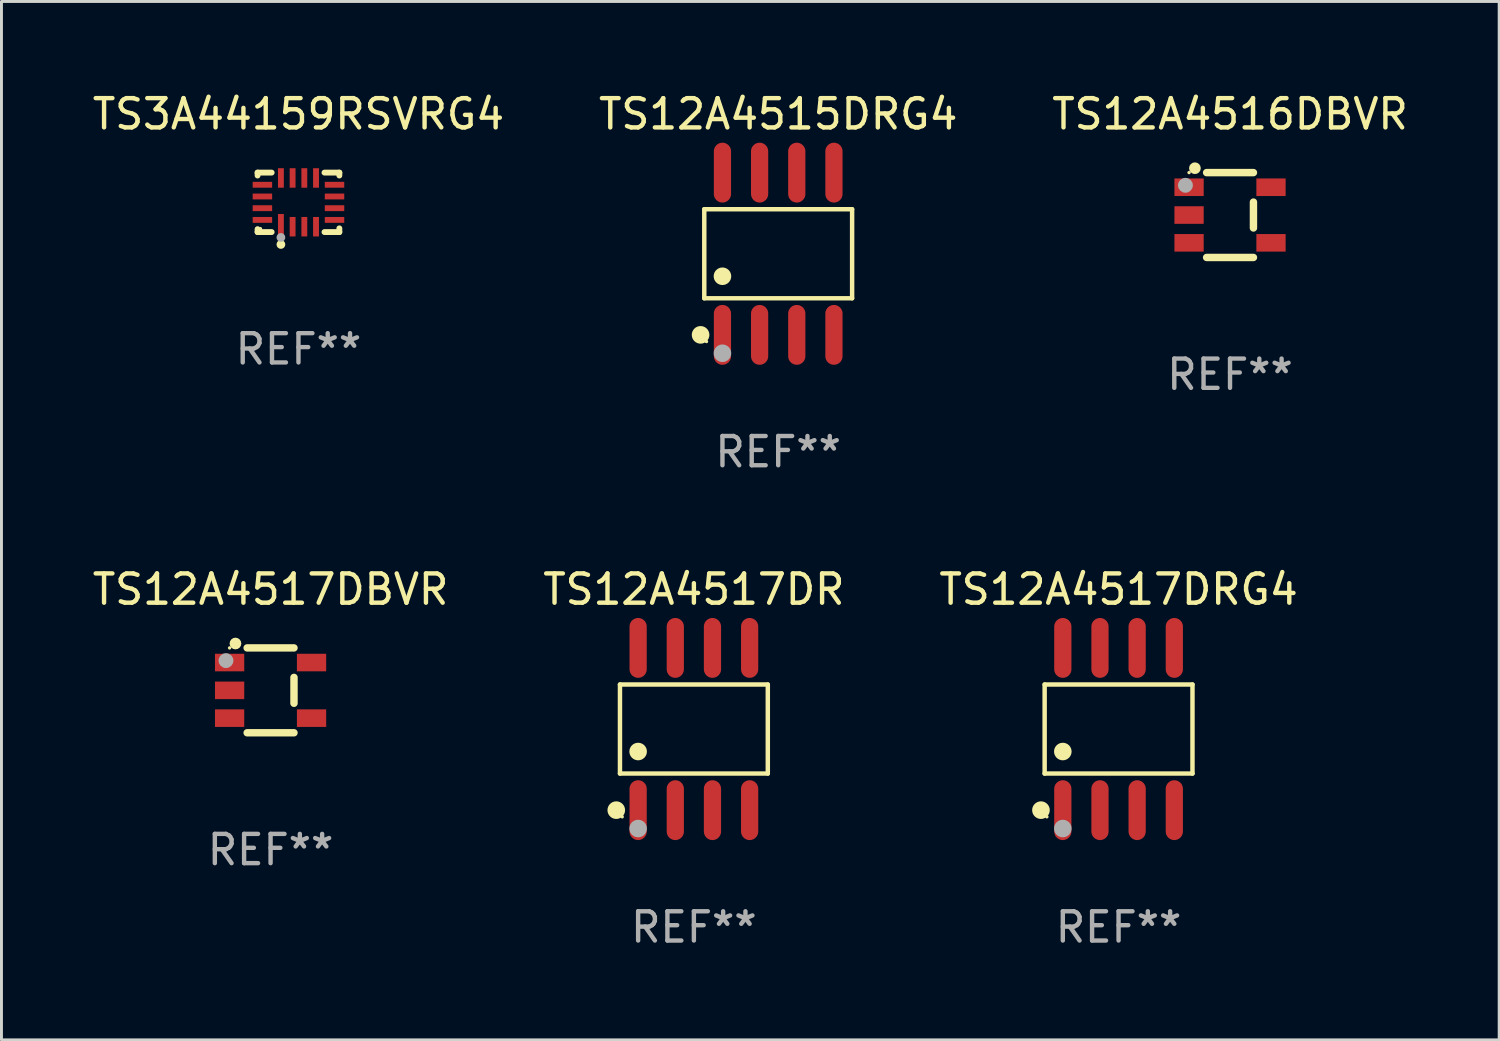
<source format=kicad_pcb>
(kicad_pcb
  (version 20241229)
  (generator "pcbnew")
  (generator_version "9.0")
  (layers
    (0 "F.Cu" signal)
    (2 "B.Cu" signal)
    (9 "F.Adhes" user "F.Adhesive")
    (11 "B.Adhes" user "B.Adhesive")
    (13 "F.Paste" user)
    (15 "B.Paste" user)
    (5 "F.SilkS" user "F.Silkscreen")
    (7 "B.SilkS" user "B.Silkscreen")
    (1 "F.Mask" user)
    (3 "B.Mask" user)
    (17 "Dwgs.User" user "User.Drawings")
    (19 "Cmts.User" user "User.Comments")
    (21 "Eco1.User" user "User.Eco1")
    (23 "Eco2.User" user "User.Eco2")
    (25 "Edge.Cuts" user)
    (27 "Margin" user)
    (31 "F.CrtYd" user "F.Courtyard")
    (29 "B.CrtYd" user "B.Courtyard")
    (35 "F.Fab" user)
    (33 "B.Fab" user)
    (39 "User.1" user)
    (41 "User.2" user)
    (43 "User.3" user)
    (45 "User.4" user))
  (footprint "TS12A4517DR"
    (layer "F.Cu")
    (at 20.661 21.862)
    (property "Reference" "TS12A4517DR" (at 0 -4.772 0) (layer "F.SilkS") (effects (font (size 1 1) (thickness 0.15))))
    (attr through_hole)
    (fp_line (start -2.526 -1.521) (end 2.526 -1.521) (stroke (width 0.152) (type solid)) (layer "F.SilkS"))
    (fp_line (start -2.526 1.521) (end -2.526 -1.521) (stroke (width 0.152) (type solid)) (layer "F.SilkS"))
    (fp_line (start 2.526 -1.521) (end 2.526 1.521) (stroke (width 0.152) (type solid)) (layer "F.SilkS"))
    (fp_line (start 2.526 1.521) (end -2.526 1.521) (stroke (width 0.152) (type solid)) (layer "F.SilkS"))
    (fp_circle (center -2.652 2.772) (end -2.501 2.772) (stroke (width 0.3) (type solid)) (fill no) (layer "F.SilkS"))
    (fp_circle (center -2.45 3) (end -2.42 3) (stroke (width 0.06) (type solid)) (fill no) (layer "F.SilkS"))
    (fp_circle (center -1.905 0.769) (end -1.755 0.769) (stroke (width 0.3) (type solid)) (fill no) (layer "F.SilkS"))
    (fp_circle (center -1.905 3.4) (end -1.755 3.4) (stroke (width 0.3) (type solid)) (fill no) (layer "F.Fab"))
    (fp_text user "REF**" (at 0 6.772 0) (layer "F.Fab") (effects (font (size 1 1) (thickness 0.15))))
    (pad "1" smd oval (at -1.905 2.772) (size 0.588 2.045) (layers "F.Cu" "F.Mask" "F.Paste"))
    (pad "2" smd oval (at -0.635 2.772) (size 0.588 2.045) (layers "F.Cu" "F.Mask" "F.Paste"))
    (pad "3" smd oval (at 0.635 2.772) (size 0.588 2.045) (layers "F.Cu" "F.Mask" "F.Paste"))
    (pad "4" smd oval (at 1.905 2.772) (size 0.588 2.045) (layers "F.Cu" "F.Mask" "F.Paste"))
    (pad "5" smd oval (at 1.905 -2.772) (size 0.588 2.045) (layers "F.Cu" "F.Mask" "F.Paste"))
    (pad "6" smd oval (at 0.635 -2.772) (size 0.588 2.045) (layers "F.Cu" "F.Mask" "F.Paste"))
    (pad "7" smd oval (at -0.635 -2.772) (size 0.588 2.045) (layers "F.Cu" "F.Mask" "F.Paste"))
    (pad "8" smd oval (at -1.905 -2.772) (size 0.588 2.045) (layers "F.Cu" "F.Mask" "F.Paste")))
  (footprint "TS12A4517DRG4"
    (layer "F.Cu")
    (at 35.173 21.862)
    (property "Reference" "TS12A4517DRG4" (at 0 -4.772 0) (layer "F.SilkS") (effects (font (size 1 1) (thickness 0.15))))
    (attr through_hole)
    (fp_line (start -2.526 -1.521) (end 2.526 -1.521) (stroke (width 0.152) (type solid)) (layer "F.SilkS"))
    (fp_line (start -2.526 1.521) (end -2.526 -1.521) (stroke (width 0.152) (type solid)) (layer "F.SilkS"))
    (fp_line (start 2.526 -1.521) (end 2.526 1.521) (stroke (width 0.152) (type solid)) (layer "F.SilkS"))
    (fp_line (start 2.526 1.521) (end -2.526 1.521) (stroke (width 0.152) (type solid)) (layer "F.SilkS"))
    (fp_circle (center -2.652 2.772) (end -2.501 2.772) (stroke (width 0.3) (type solid)) (fill no) (layer "F.SilkS"))
    (fp_circle (center -2.45 3) (end -2.42 3) (stroke (width 0.06) (type solid)) (fill no) (layer "F.SilkS"))
    (fp_circle (center -1.905 0.769) (end -1.755 0.769) (stroke (width 0.3) (type solid)) (fill no) (layer "F.SilkS"))
    (fp_circle (center -1.905 3.4) (end -1.755 3.4) (stroke (width 0.3) (type solid)) (fill no) (layer "F.Fab"))
    (fp_text user "REF**" (at 0 6.772 0) (layer "F.Fab") (effects (font (size 1 1) (thickness 0.15))))
    (pad "1" smd oval (at -1.905 2.772) (size 0.588 2.045) (layers "F.Cu" "F.Mask" "F.Paste"))
    (pad "2" smd oval (at -0.635 2.772) (size 0.588 2.045) (layers "F.Cu" "F.Mask" "F.Paste"))
    (pad "3" smd oval (at 0.635 2.772) (size 0.588 2.045) (layers "F.Cu" "F.Mask" "F.Paste"))
    (pad "4" smd oval (at 1.905 2.772) (size 0.588 2.045) (layers "F.Cu" "F.Mask" "F.Paste"))
    (pad "5" smd oval (at 1.905 -2.772) (size 0.588 2.045) (layers "F.Cu" "F.Mask" "F.Paste"))
    (pad "6" smd oval (at 0.635 -2.772) (size 0.588 2.045) (layers "F.Cu" "F.Mask" "F.Paste"))
    (pad "7" smd oval (at -0.635 -2.772) (size 0.588 2.045) (layers "F.Cu" "F.Mask" "F.Paste"))
    (pad "8" smd oval (at -1.905 -2.772) (size 0.588 2.045) (layers "F.Cu" "F.Mask" "F.Paste")))
  (footprint "TS12A4515DRG4"
    (layer "F.Cu")
    (at 23.542 5.621)
    (property "Reference" "TS12A4515DRG4" (at 0 -4.772 0) (layer "F.SilkS") (effects (font (size 1 1) (thickness 0.15))))
    (attr through_hole)
    (fp_line (start -2.526 -1.521) (end 2.526 -1.521) (stroke (width 0.152) (type solid)) (layer "F.SilkS"))
    (fp_line (start -2.526 1.521) (end -2.526 -1.521) (stroke (width 0.152) (type solid)) (layer "F.SilkS"))
    (fp_line (start 2.526 -1.521) (end 2.526 1.521) (stroke (width 0.152) (type solid)) (layer "F.SilkS"))
    (fp_line (start 2.526 1.521) (end -2.526 1.521) (stroke (width 0.152) (type solid)) (layer "F.SilkS"))
    (fp_circle (center -2.652 2.772) (end -2.501 2.772) (stroke (width 0.3) (type solid)) (fill no) (layer "F.SilkS"))
    (fp_circle (center -2.45 3) (end -2.42 3) (stroke (width 0.06) (type solid)) (fill no) (layer "F.SilkS"))
    (fp_circle (center -1.905 0.769) (end -1.755 0.769) (stroke (width 0.3) (type solid)) (fill no) (layer "F.SilkS"))
    (fp_circle (center -1.905 3.4) (end -1.755 3.4) (stroke (width 0.3) (type solid)) (fill no) (layer "F.Fab"))
    (fp_text user "REF**" (at 0 6.772 0) (layer "F.Fab") (effects (font (size 1 1) (thickness 0.15))))
    (pad "1" smd oval (at -1.905 2.772) (size 0.588 2.045) (layers "F.Cu" "F.Mask" "F.Paste"))
    (pad "2" smd oval (at -0.635 2.772) (size 0.588 2.045) (layers "F.Cu" "F.Mask" "F.Paste"))
    (pad "3" smd oval (at 0.635 2.772) (size 0.588 2.045) (layers "F.Cu" "F.Mask" "F.Paste"))
    (pad "4" smd oval (at 1.905 2.772) (size 0.588 2.045) (layers "F.Cu" "F.Mask" "F.Paste"))
    (pad "5" smd oval (at 1.905 -2.772) (size 0.588 2.045) (layers "F.Cu" "F.Mask" "F.Paste"))
    (pad "6" smd oval (at 0.635 -2.772) (size 0.588 2.045) (layers "F.Cu" "F.Mask" "F.Paste"))
    (pad "7" smd oval (at -0.635 -2.772) (size 0.588 2.045) (layers "F.Cu" "F.Mask" "F.Paste"))
    (pad "8" smd oval (at -1.905 -2.772) (size 0.588 2.045) (layers "F.Cu" "F.Mask" "F.Paste")))
  (footprint "TS12A4516DBVR"
    (layer "F.Cu")
    (at 38.982 4.298)
    (property "Reference" "TS12A4516DBVR" (at 0 -3.45 0) (layer "F.SilkS") (effects (font (size 1 1) (thickness 0.15))))
    (attr through_hole)
    (fp_line (start 0.8 -1.45) (end -0.8 -1.45) (stroke (width 0.254) (type solid)) (layer "F.SilkS"))
    (fp_line (start 0.8 -0.442) (end 0.8 0.442) (stroke (width 0.254) (type solid)) (layer "F.SilkS"))
    (fp_line (start 0.8 1.45) (end -0.8 1.45) (stroke (width 0.254) (type solid)) (layer "F.SilkS"))
    (fp_circle (center -1.4 -1.45) (end -1.37 -1.45) (stroke (width 0.06) (type solid)) (fill no) (layer "F.SilkS"))
    (fp_circle (center -1.2 -1.6) (end -1.1 -1.6) (stroke (width 0.2) (type solid)) (fill no) (layer "F.SilkS"))
    (fp_circle (center -1.524 -1.016) (end -1.397 -1.016) (stroke (width 0.254) (type solid)) (fill no) (layer "F.Fab"))
    (fp_text user "REF**" (at 0 5.45 0) (layer "F.Fab") (effects (font (size 1 1) (thickness 0.15))))
    (pad "1" smd rect (at -1.4 -0.95 180) (size 1 0.6) (layers "F.Cu" "F.Mask" "F.Paste"))
    (pad "2" smd rect (at -1.4 0.000114 180) (size 1 0.6) (layers "F.Cu" "F.Mask" "F.Paste"))
    (pad "3" smd rect (at -1.4 0.95 180) (size 1 0.6) (layers "F.Cu" "F.Mask" "F.Paste"))
    (pad "4" smd rect (at 1.4 0.95) (size 1 0.6) (layers "F.Cu" "F.Mask" "F.Paste"))
    (pad "5" smd rect (at 1.4 -0.95) (size 1 0.6) (layers "F.Cu" "F.Mask" "F.Paste")))
  (footprint "TS3A44159RSVRG4"
    (layer "F.Cu")
    (at 7.149 3.864)
    (property "Reference" "TS3A44159RSVRG4" (at 0 -3.016 0) (layer "F.SilkS") (effects (font (size 1 1) (thickness 0.15))))
    (attr through_hole)
    (fp_line (start -1.397 -1.016) (end -1.397 -0.916) (stroke (width 0.2) (type solid)) (layer "F.SilkS"))
    (fp_line (start -1.397 0.916) (end -1.397 1.016) (stroke (width 0.2) (type solid)) (layer "F.SilkS"))
    (fp_line (start -1.397 1.016) (end -0.916 1.016) (stroke (width 0.2) (type solid)) (layer "F.SilkS"))
    (fp_line (start -0.916 -1.016) (end -1.397 -1.016) (stroke (width 0.2) (type solid)) (layer "F.SilkS"))
    (fp_line (start 0.889 -1.016) (end 1.397 -1.016) (stroke (width 0.2) (type solid)) (layer "F.SilkS"))
    (fp_line (start 1.397 -1.016) (end 1.397 -0.916) (stroke (width 0.2) (type solid)) (layer "F.SilkS"))
    (fp_line (start 1.397 0.889) (end 1.397 1.016) (stroke (width 0.2) (type solid)) (layer "F.SilkS"))
    (fp_line (start 1.397 1.016) (end 0.889 1.016) (stroke (width 0.2) (type solid)) (layer "F.SilkS"))
    (fp_circle (center -1.3 0.9) (end -1.27 0.9) (stroke (width 0.06) (type solid)) (fill no) (layer "F.SilkS"))
    (fp_circle (center -0.6 1.44) (end -0.525 1.44) (stroke (width 0.15) (type solid)) (fill no) (layer "F.SilkS"))
    (fp_circle (center -0.6 1.2) (end -0.525 1.2) (stroke (width 0.15) (type solid)) (fill no) (layer "F.Fab"))
    (fp_text user "REF**" (at 0 5.016 0) (layer "F.Fab") (effects (font (size 1 1) (thickness 0.15))))
    (pad "1" smd rect (at -0.6 0.782) (size 0.2 0.765) (layers "F.Cu" "F.Mask" "F.Paste"))
    (pad "2" smd rect (at -0.2 0.833) (size 0.2 0.665) (layers "F.Cu" "F.Mask" "F.Paste"))
    (pad "3" smd rect (at 0.2 0.833) (size 0.2 0.665) (layers "F.Cu" "F.Mask" "F.Paste"))
    (pad "4" smd rect (at 0.6 0.833) (size 0.2 0.665) (layers "F.Cu" "F.Mask" "F.Paste"))
    (pad "5" smd rect (at 1.232 0.6) (size 0.665 0.2) (layers "F.Cu" "F.Mask" "F.Paste"))
    (pad "6" smd rect (at 1.232 0.2) (size 0.665 0.2) (layers "F.Cu" "F.Mask" "F.Paste"))
    (pad "7" smd rect (at 1.232 -0.2) (size 0.665 0.2) (layers "F.Cu" "F.Mask" "F.Paste"))
    (pad "8" smd rect (at 1.232 -0.6) (size 0.665 0.2) (layers "F.Cu" "F.Mask" "F.Paste"))
    (pad "9" smd rect (at 0.6 -0.833) (size 0.2 0.665) (layers "F.Cu" "F.Mask" "F.Paste"))
    (pad "10" smd rect (at 0.2 -0.833) (size 0.2 0.665) (layers "F.Cu" "F.Mask" "F.Paste"))
    (pad "11" smd rect (at -0.2 -0.833) (size 0.2 0.665) (layers "F.Cu" "F.Mask" "F.Paste"))
    (pad "12" smd rect (at -0.6 -0.833) (size 0.2 0.665) (layers "F.Cu" "F.Mask" "F.Paste"))
    (pad "13" smd rect (at -1.232 -0.6) (size 0.665 0.2) (layers "F.Cu" "F.Mask" "F.Paste"))
    (pad "14" smd rect (at -1.232 -0.2) (size 0.665 0.2) (layers "F.Cu" "F.Mask" "F.Paste"))
    (pad "15" smd rect (at -1.232 0.2) (size 0.665 0.2) (layers "F.Cu" "F.Mask" "F.Paste"))
    (pad "16" smd rect (at -1.232 0.6) (size 0.665 0.2) (layers "F.Cu" "F.Mask" "F.Paste")))
  (footprint "TS12A4517DBVR"
    (layer "F.Cu")
    (at 6.196 20.54)
    (property "Reference" "TS12A4517DBVR" (at 0 -3.45 0) (layer "F.SilkS") (effects (font (size 1 1) (thickness 0.15))))
    (attr through_hole)
    (fp_line (start 0.8 -1.45) (end -0.8 -1.45) (stroke (width 0.254) (type solid)) (layer "F.SilkS"))
    (fp_line (start 0.8 -0.442) (end 0.8 0.442) (stroke (width 0.254) (type solid)) (layer "F.SilkS"))
    (fp_line (start 0.8 1.45) (end -0.8 1.45) (stroke (width 0.254) (type solid)) (layer "F.SilkS"))
    (fp_circle (center -1.4 -1.45) (end -1.37 -1.45) (stroke (width 0.06) (type solid)) (fill no) (layer "F.SilkS"))
    (fp_circle (center -1.2 -1.6) (end -1.1 -1.6) (stroke (width 0.2) (type solid)) (fill no) (layer "F.SilkS"))
    (fp_circle (center -1.524 -1.016) (end -1.397 -1.016) (stroke (width 0.254) (type solid)) (fill no) (layer "F.Fab"))
    (fp_text user "REF**" (at 0 5.45 0) (layer "F.Fab") (effects (font (size 1 1) (thickness 0.15))))
    (pad "1" smd rect (at -1.4 -0.95 180) (size 1 0.6) (layers "F.Cu" "F.Mask" "F.Paste"))
    (pad "2" smd rect (at -1.4 0.000114 180) (size 1 0.6) (layers "F.Cu" "F.Mask" "F.Paste"))
    (pad "3" smd rect (at -1.4 0.95 180) (size 1 0.6) (layers "F.Cu" "F.Mask" "F.Paste"))
    (pad "4" smd rect (at 1.4 0.95) (size 1 0.6) (layers "F.Cu" "F.Mask" "F.Paste"))
    (pad "5" smd rect (at 1.4 -0.95) (size 1 0.6) (layers "F.Cu" "F.Mask" "F.Paste")))
  (gr_rect
    (start -3 -3)
    (end 48.179 32.483)
    (stroke (width 0.1) (type default))
    (fill no)
    (layer "Edge.Cuts")))
</source>
